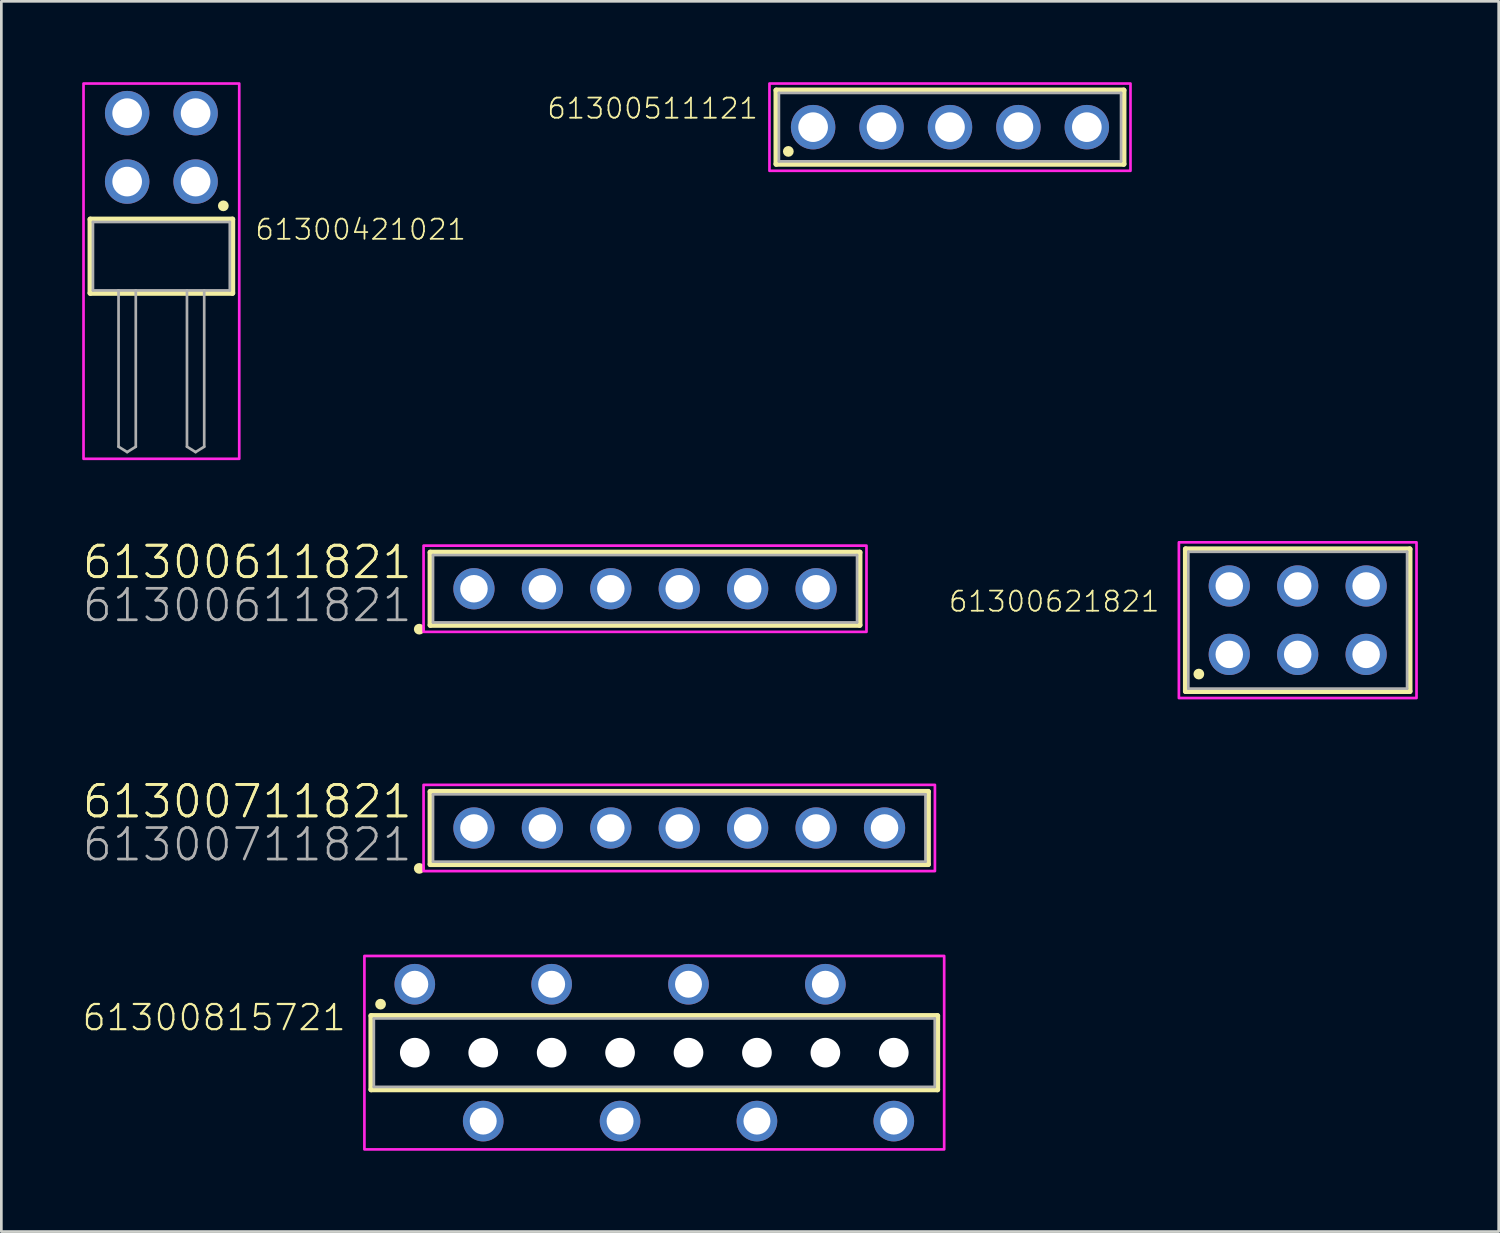
<source format=kicad_pcb>
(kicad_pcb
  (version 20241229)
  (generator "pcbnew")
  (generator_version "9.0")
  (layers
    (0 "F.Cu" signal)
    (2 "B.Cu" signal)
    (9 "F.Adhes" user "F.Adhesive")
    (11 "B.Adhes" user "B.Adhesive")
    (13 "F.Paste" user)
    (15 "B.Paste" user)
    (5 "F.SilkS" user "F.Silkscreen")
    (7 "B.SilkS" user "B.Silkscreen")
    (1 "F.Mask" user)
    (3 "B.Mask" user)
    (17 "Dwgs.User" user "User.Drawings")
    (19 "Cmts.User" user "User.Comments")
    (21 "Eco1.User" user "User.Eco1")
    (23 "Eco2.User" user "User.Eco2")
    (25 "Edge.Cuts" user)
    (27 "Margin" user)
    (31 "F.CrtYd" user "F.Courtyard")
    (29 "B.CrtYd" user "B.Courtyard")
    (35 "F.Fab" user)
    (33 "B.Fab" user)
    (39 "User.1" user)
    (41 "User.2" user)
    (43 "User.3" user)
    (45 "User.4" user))
  (footprint "61300421021"
    (layer "F.Cu")
    (at 2.94 6.46)
    (property "Reference" "61300421021" (at 3.435 -0.552 0) (unlocked yes) (layer "F.SilkS") (effects (font (size 0.748 0.748) (thickness 0.065)) (justify left bottom)))
    (fp_line (start -2.64 -1.37) (end 2.64 -1.37) (stroke (width 0.2) (type solid)) (layer "F.SilkS"))
    (fp_line (start -2.64 1.37) (end -2.64 -1.37) (stroke (width 0.2) (type solid)) (layer "F.SilkS"))
    (fp_line (start 2.64 -1.37) (end 2.64 1.37) (stroke (width 0.2) (type solid)) (layer "F.SilkS"))
    (fp_line (start 2.64 1.37) (end -2.64 1.37) (stroke (width 0.2) (type solid)) (layer "F.SilkS"))
    (fp_circle (center 2.3 -1.87) (end 2.4 -1.87) (stroke (width 0.2) (type solid)) (fill no) (layer "F.SilkS"))
    (fp_poly (pts (xy 2.89 7.52) (xy -2.89 7.52) (xy -2.89 -6.41) (xy 2.89 -6.41)) (stroke (width 0.1) (type default)) (fill no) (layer "F.CrtYd"))
    (fp_line (start -2.54 -1.27) (end 2.54 -1.27) (stroke (width 0.1) (type solid)) (layer "F.Fab"))
    (fp_line (start -2.54 1.27) (end -2.54 -1.27) (stroke (width 0.1) (type solid)) (layer "F.Fab"))
    (fp_line (start -1.59 1.27) (end -2.54 1.27) (stroke (width 0.1) (type solid)) (layer "F.Fab"))
    (fp_line (start -1.59 1.27) (end -1.59 7.07) (stroke (width 0.1) (type solid)) (layer "F.Fab"))
    (fp_line (start -1.59 7.07) (end -1.27 7.27) (stroke (width 0.1) (type solid)) (layer "F.Fab"))
    (fp_line (start -1.27 7.27) (end -0.95 7.07) (stroke (width 0.1) (type solid)) (layer "F.Fab"))
    (fp_line (start -0.95 1.27) (end -1.59 1.27) (stroke (width 0.1) (type solid)) (layer "F.Fab"))
    (fp_line (start -0.95 1.27) (end -0.95 7.07) (stroke (width 0.1) (type solid)) (layer "F.Fab"))
    (fp_line (start 0.95 1.27) (end 0.95 7.07) (stroke (width 0.1) (type solid)) (layer "F.Fab"))
    (fp_line (start 0.95 7.07) (end 1.27 7.27) (stroke (width 0.1) (type solid)) (layer "F.Fab"))
    (fp_line (start 1.27 7.27) (end 1.59 7.07) (stroke (width 0.1) (type solid)) (layer "F.Fab"))
    (fp_line (start 1.59 1.27) (end 1.59 7.07) (stroke (width 0.1) (type solid)) (layer "F.Fab"))
    (fp_line (start 2.54 -1.27) (end 2.54 1.27) (stroke (width 0.1) (type solid)) (layer "F.Fab"))
    (fp_line (start 2.54 1.27) (end -0.95 1.27) (stroke (width 0.1) (type solid)) (layer "F.Fab"))
    (pad "1" thru_hole circle (at 1.27 -2.77) (size 1.65 1.65) (drill 1.1) (layers "*.Cu" "*.Mask"))
    (pad "2" thru_hole circle (at 1.27 -5.31) (size 1.65 1.65) (drill 1.1) (layers "*.Cu" "*.Mask"))
    (pad "3" thru_hole circle (at -1.27 -2.77) (size 1.65 1.65) (drill 1.1) (layers "*.Cu" "*.Mask"))
    (pad "4" thru_hole circle (at -1.27 -5.31) (size 1.65 1.65) (drill 1.1) (layers "*.Cu" "*.Mask")))
  (footprint "61300621821"
    (layer "F.Cu")
    (at 45.118 19.97)
    (property "Reference" "61300621821" (at -5.078 -0.256 0) (unlocked yes) (layer "F.SilkS") (effects (font (size 0.748 0.748) (thickness 0.065)) (justify right bottom)))
    (fp_line (start -4.16 -2.64) (end 4.16 -2.64) (stroke (width 0.2) (type solid)) (layer "F.SilkS"))
    (fp_line (start -4.16 2.64) (end -4.16 -2.64) (stroke (width 0.2) (type solid)) (layer "F.SilkS"))
    (fp_line (start 4.16 -2.64) (end 4.16 2.64) (stroke (width 0.2) (type solid)) (layer "F.SilkS"))
    (fp_line (start 4.16 2.64) (end -4.16 2.64) (stroke (width 0.2) (type solid)) (layer "F.SilkS"))
    (fp_circle (center -3.67 2) (end -3.57 2) (stroke (width 0.2) (type solid)) (fill no) (layer "F.SilkS"))
    (fp_poly (pts (xy 4.41 2.89) (xy -4.41 2.89) (xy -4.41 -2.89) (xy 4.41 -2.89)) (stroke (width 0.1) (type default)) (fill no) (layer "F.CrtYd"))
    (fp_line (start -4.06 -2.54) (end -4.06 2.54) (stroke (width 0.1) (type solid)) (layer "F.Fab"))
    (fp_line (start -4.06 2.54) (end 4.06 2.54) (stroke (width 0.1) (type solid)) (layer "F.Fab"))
    (fp_line (start 4.06 -2.54) (end -4.06 -2.54) (stroke (width 0.1) (type solid)) (layer "F.Fab"))
    (fp_line (start 4.06 2.54) (end 4.06 -2.54) (stroke (width 0.1) (type solid)) (layer "F.Fab"))
    (pad "1" thru_hole circle (at -2.54 1.27) (size 1.53 1.53) (drill 1.02) (layers "*.Cu" "*.Mask"))
    (pad "2" thru_hole circle (at -2.54 -1.27) (size 1.53 1.53) (drill 1.02) (layers "*.Cu" "*.Mask"))
    (pad "3" thru_hole circle (at 0 1.27) (size 1.53 1.53) (drill 1.02) (layers "*.Cu" "*.Mask"))
    (pad "4" thru_hole circle (at 0 -1.27) (size 1.53 1.53) (drill 1.02) (layers "*.Cu" "*.Mask"))
    (pad "5" thru_hole circle (at 2.54 1.27) (size 1.53 1.53) (drill 1.02) (layers "*.Cu" "*.Mask"))
    (pad "6" thru_hole circle (at 2.54 -1.27) (size 1.53 1.53) (drill 1.02) (layers "*.Cu" "*.Mask")))
  (footprint "61300711821"
    (layer "F.Cu")
    (at 22.162 27.683)
    (property "Reference" "61300711821" (at -9.85 -0.3 0) (unlocked yes) (layer "F.SilkS") (effects (font (size 1.168 1.168) (thickness 0.102)) (justify right bottom)))
    (property "Value" "61300711821" (at -9.85 1.3 0) (unlocked yes) (layer "F.Fab") (hide yes) (effects (font (size 1.168 1.168) (thickness 0.102)) (justify right bottom)))
    (fp_line (start -9.24 -1.35) (end 9.24 -1.35) (stroke (width 0.2) (type solid)) (layer "F.SilkS"))
    (fp_line (start -9.24 1.35) (end -9.24 -1.35) (stroke (width 0.2) (type solid)) (layer "F.SilkS"))
    (fp_line (start 9.24 -1.35) (end 9.24 1.35) (stroke (width 0.2) (type solid)) (layer "F.SilkS"))
    (fp_line (start 9.24 1.35) (end -9.24 1.35) (stroke (width 0.2) (type solid)) (layer "F.SilkS"))
    (fp_circle (center -9.65 1.5) (end -9.55 1.5) (stroke (width 0.2) (type solid)) (fill no) (layer "F.SilkS"))
    (fp_poly (pts (xy 9.49 1.6) (xy -9.49 1.6) (xy -9.49 -1.6) (xy 9.49 -1.6)) (stroke (width 0.1) (type default)) (fill no) (layer "F.CrtYd"))
    (fp_line (start -9.14 -1.25) (end -9.14 1.25) (stroke (width 0.1) (type solid)) (layer "F.Fab"))
    (fp_line (start -9.14 1.25) (end 9.14 1.25) (stroke (width 0.1) (type solid)) (layer "F.Fab"))
    (fp_line (start 9.14 -1.25) (end -9.14 -1.25) (stroke (width 0.1) (type solid)) (layer "F.Fab"))
    (fp_line (start 9.14 1.25) (end 9.14 -1.25) (stroke (width 0.1) (type solid)) (layer "F.Fab"))
    (fp_text user "${REFERENCE}" (at -9.85 -0.3 0) (unlocked yes) (layer "F.SilkS") (effects (font (size 1.168 1.168) (thickness 0.102)) (justify right bottom)))
    (fp_text user "${VALUE}" (at -9.85 1.3 0) (unlocked yes) (layer "F.Fab") (effects (font (size 1.168 1.168) (thickness 0.102)) (justify right bottom)))
    (pad "1" thru_hole circle (at -7.62 0) (size 1.53 1.53) (drill 1.02) (layers "*.Cu" "*.Mask"))
    (pad "2" thru_hole circle (at -5.08 0) (size 1.53 1.53) (drill 1.02) (layers "*.Cu" "*.Mask"))
    (pad "3" thru_hole circle (at -2.54 0) (size 1.53 1.53) (drill 1.02) (layers "*.Cu" "*.Mask"))
    (pad "4" thru_hole circle (at 0 0) (size 1.53 1.53) (drill 1.02) (layers "*.Cu" "*.Mask"))
    (pad "5" thru_hole circle (at 2.54 0) (size 1.53 1.53) (drill 1.02) (layers "*.Cu" "*.Mask"))
    (pad "6" thru_hole circle (at 5.08 0) (size 1.53 1.53) (drill 1.02) (layers "*.Cu" "*.Mask"))
    (pad "7" thru_hole circle (at 7.62 0) (size 1.53 1.53) (drill 1.02) (layers "*.Cu" "*.Mask")))
  (footprint "61300611821"
    (layer "F.Cu")
    (at 20.892 18.803)
    (property "Reference" "61300611821" (at -8.58 -0.3 0) (unlocked yes) (layer "F.SilkS") (effects (font (size 1.168 1.168) (thickness 0.102)) (justify right bottom)))
    (property "Value" "61300611821" (at -8.58 1.3 0) (unlocked yes) (layer "F.Fab") (hide yes) (effects (font (size 1.168 1.168) (thickness 0.102)) (justify right bottom)))
    (fp_line (start -7.97 -1.35) (end 7.97 -1.35) (stroke (width 0.2) (type solid)) (layer "F.SilkS"))
    (fp_line (start -7.97 1.35) (end -7.97 -1.35) (stroke (width 0.2) (type solid)) (layer "F.SilkS"))
    (fp_line (start 7.97 -1.35) (end 7.97 1.35) (stroke (width 0.2) (type solid)) (layer "F.SilkS"))
    (fp_line (start 7.97 1.35) (end -7.97 1.35) (stroke (width 0.2) (type solid)) (layer "F.SilkS"))
    (fp_circle (center -8.38 1.5) (end -8.28 1.5) (stroke (width 0.2) (type solid)) (fill no) (layer "F.SilkS"))
    (fp_poly (pts (xy 8.22 1.6) (xy -8.22 1.6) (xy -8.22 -1.6) (xy 8.22 -1.6)) (stroke (width 0.1) (type default)) (fill no) (layer "F.CrtYd"))
    (fp_line (start -7.87 -1.25) (end -7.87 1.25) (stroke (width 0.1) (type solid)) (layer "F.Fab"))
    (fp_line (start -7.87 1.25) (end 7.87 1.25) (stroke (width 0.1) (type solid)) (layer "F.Fab"))
    (fp_line (start 7.87 -1.25) (end -7.87 -1.25) (stroke (width 0.1) (type solid)) (layer "F.Fab"))
    (fp_line (start 7.87 1.25) (end 7.87 -1.25) (stroke (width 0.1) (type solid)) (layer "F.Fab"))
    (fp_text user "${REFERENCE}" (at -8.58 -0.3 0) (unlocked yes) (layer "F.SilkS") (effects (font (size 1.168 1.168) (thickness 0.102)) (justify right bottom)))
    (fp_text user "${VALUE}" (at -8.58 1.3 0) (unlocked yes) (layer "F.Fab") (effects (font (size 1.168 1.168) (thickness 0.102)) (justify right bottom)))
    (pad "1" thru_hole circle (at -6.35 0) (size 1.53 1.53) (drill 1.02) (layers "*.Cu" "*.Mask"))
    (pad "2" thru_hole circle (at -3.81 0) (size 1.53 1.53) (drill 1.02) (layers "*.Cu" "*.Mask"))
    (pad "3" thru_hole circle (at -1.27 0) (size 1.53 1.53) (drill 1.02) (layers "*.Cu" "*.Mask"))
    (pad "4" thru_hole circle (at 1.27 0) (size 1.53 1.53) (drill 1.02) (layers "*.Cu" "*.Mask"))
    (pad "5" thru_hole circle (at 3.81 0) (size 1.53 1.53) (drill 1.02) (layers "*.Cu" "*.Mask"))
    (pad "6" thru_hole circle (at 6.35 0) (size 1.53 1.53) (drill 1.02) (layers "*.Cu" "*.Mask")))
  (footprint "61300815721"
    (layer "F.Cu")
    (at 21.236 36.023)
    (property "Reference" "61300815721" (at -11.387 -0.754 0) (unlocked yes) (layer "F.SilkS") (effects (font (size 0.935 0.935) (thickness 0.081)) (justify right bottom)))
    (fp_line (start -10.51 -1.37) (end 10.51 -1.37) (stroke (width 0.2) (type solid)) (layer "F.SilkS"))
    (fp_line (start -10.51 1.37) (end -10.51 -1.37) (stroke (width 0.2) (type solid)) (layer "F.SilkS"))
    (fp_line (start 10.51 -1.37) (end 10.51 1.37) (stroke (width 0.2) (type solid)) (layer "F.SilkS"))
    (fp_line (start 10.51 1.37) (end -10.51 1.37) (stroke (width 0.2) (type solid)) (layer "F.SilkS"))
    (fp_circle (center -10.16 -1.8) (end -10.06 -1.8) (stroke (width 0.2) (type solid)) (fill no) (layer "F.SilkS"))
    (fp_poly (pts (xy 10.76 3.59) (xy -10.76 3.59) (xy -10.76 -3.59) (xy 10.76 -3.59)) (stroke (width 0.1) (type default)) (fill no) (layer "F.CrtYd"))
    (fp_line (start -10.41 -1.27) (end 10.41 -1.27) (stroke (width 0.1) (type solid)) (layer "F.Fab"))
    (fp_line (start -10.41 1.27) (end -10.41 -1.27) (stroke (width 0.1) (type solid)) (layer "F.Fab"))
    (fp_line (start 10.41 -1.27) (end 10.41 1.27) (stroke (width 0.1) (type solid)) (layer "F.Fab"))
    (fp_line (start 10.41 1.27) (end -10.41 1.27) (stroke (width 0.1) (type solid)) (layer "F.Fab"))
    (pad "" np_thru_hole circle (at -8.89 0) (size 1.1 1.1) (drill 1.1) (layers "*.Cu" "*.Mask"))
    (pad "" np_thru_hole circle (at -6.35 0) (size 1.1 1.1) (drill 1.1) (layers "*.Cu" "*.Mask"))
    (pad "" np_thru_hole circle (at -3.81 0) (size 1.1 1.1) (drill 1.1) (layers "*.Cu" "*.Mask"))
    (pad "" np_thru_hole circle (at -1.27 0) (size 1.1 1.1) (drill 1.1) (layers "*.Cu" "*.Mask"))
    (pad "" np_thru_hole circle (at 1.27 0) (size 1.1 1.1) (drill 1.1) (layers "*.Cu" "*.Mask"))
    (pad "" np_thru_hole circle (at 3.81 0) (size 1.1 1.1) (drill 1.1) (layers "*.Cu" "*.Mask"))
    (pad "" np_thru_hole circle (at 6.35 0) (size 1.1 1.1) (drill 1.1) (layers "*.Cu" "*.Mask"))
    (pad "" np_thru_hole circle (at 8.89 0) (size 1.1 1.1) (drill 1.1) (layers "*.Cu" "*.Mask"))
    (pad "1" thru_hole circle (at -8.89 -2.54) (size 1.508 1.508) (drill 1) (layers "*.Cu" "*.Mask"))
    (pad "2" thru_hole circle (at -6.35 2.54) (size 1.508 1.508) (drill 1) (layers "*.Cu" "*.Mask"))
    (pad "3" thru_hole circle (at -3.81 -2.54) (size 1.508 1.508) (drill 1) (layers "*.Cu" "*.Mask"))
    (pad "4" thru_hole circle (at -1.27 2.54) (size 1.508 1.508) (drill 1) (layers "*.Cu" "*.Mask"))
    (pad "5" thru_hole circle (at 1.27 -2.54) (size 1.508 1.508) (drill 1) (layers "*.Cu" "*.Mask"))
    (pad "6" thru_hole circle (at 3.81 2.54) (size 1.508 1.508) (drill 1) (layers "*.Cu" "*.Mask"))
    (pad "7" thru_hole circle (at 6.35 -2.54) (size 1.508 1.508) (drill 1) (layers "*.Cu" "*.Mask"))
    (pad "8" thru_hole circle (at 8.89 2.54) (size 1.508 1.508) (drill 1) (layers "*.Cu" "*.Mask")))
  (footprint "61300511121"
    (layer "F.Cu")
    (at 32.211 1.67)
    (property "Reference" "61300511121" (at -7.078 -0.256 0) (unlocked yes) (layer "F.SilkS") (effects (font (size 0.748 0.748) (thickness 0.065)) (justify right bottom)))
    (fp_line (start -6.45 -1.37) (end 6.45 -1.37) (stroke (width 0.2) (type solid)) (layer "F.SilkS"))
    (fp_line (start -6.45 1.37) (end -6.45 -1.37) (stroke (width 0.2) (type solid)) (layer "F.SilkS"))
    (fp_line (start 6.45 -1.37) (end 6.45 1.37) (stroke (width 0.2) (type solid)) (layer "F.SilkS"))
    (fp_line (start 6.45 1.37) (end -6.45 1.37) (stroke (width 0.2) (type solid)) (layer "F.SilkS"))
    (fp_circle (center -6 0.9) (end -5.9 0.9) (stroke (width 0.2) (type solid)) (fill no) (layer "F.SilkS"))
    (fp_poly (pts (xy 6.7 1.62) (xy -6.7 1.62) (xy -6.7 -1.62) (xy 6.7 -1.62)) (stroke (width 0.1) (type default)) (fill no) (layer "F.CrtYd"))
    (fp_line (start -6.35 -1.27) (end -6.35 1.27) (stroke (width 0.1) (type solid)) (layer "F.Fab"))
    (fp_line (start -6.35 1.27) (end 6.35 1.27) (stroke (width 0.1) (type solid)) (layer "F.Fab"))
    (fp_line (start 6.35 -1.27) (end -6.35 -1.27) (stroke (width 0.1) (type solid)) (layer "F.Fab"))
    (fp_line (start 6.35 1.27) (end 6.35 -1.27) (stroke (width 0.1) (type solid)) (layer "F.Fab"))
    (pad "1" thru_hole circle (at -5.08 0) (size 1.65 1.65) (drill 1.1) (layers "*.Cu" "*.Mask"))
    (pad "2" thru_hole circle (at -2.54 0) (size 1.65 1.65) (drill 1.1) (layers "*.Cu" "*.Mask"))
    (pad "3" thru_hole circle (at 0 0) (size 1.65 1.65) (drill 1.1) (layers "*.Cu" "*.Mask"))
    (pad "4" thru_hole circle (at 2.54 0) (size 1.65 1.65) (drill 1.1) (layers "*.Cu" "*.Mask"))
    (pad "5" thru_hole circle (at 5.08 0) (size 1.65 1.65) (drill 1.1) (layers "*.Cu" "*.Mask")))
  (gr_rect
    (start -3 -3)
    (end 52.578 42.663)
    (stroke (width 0.1) (type default))
    (fill no)
    (layer "Edge.Cuts")))
</source>
